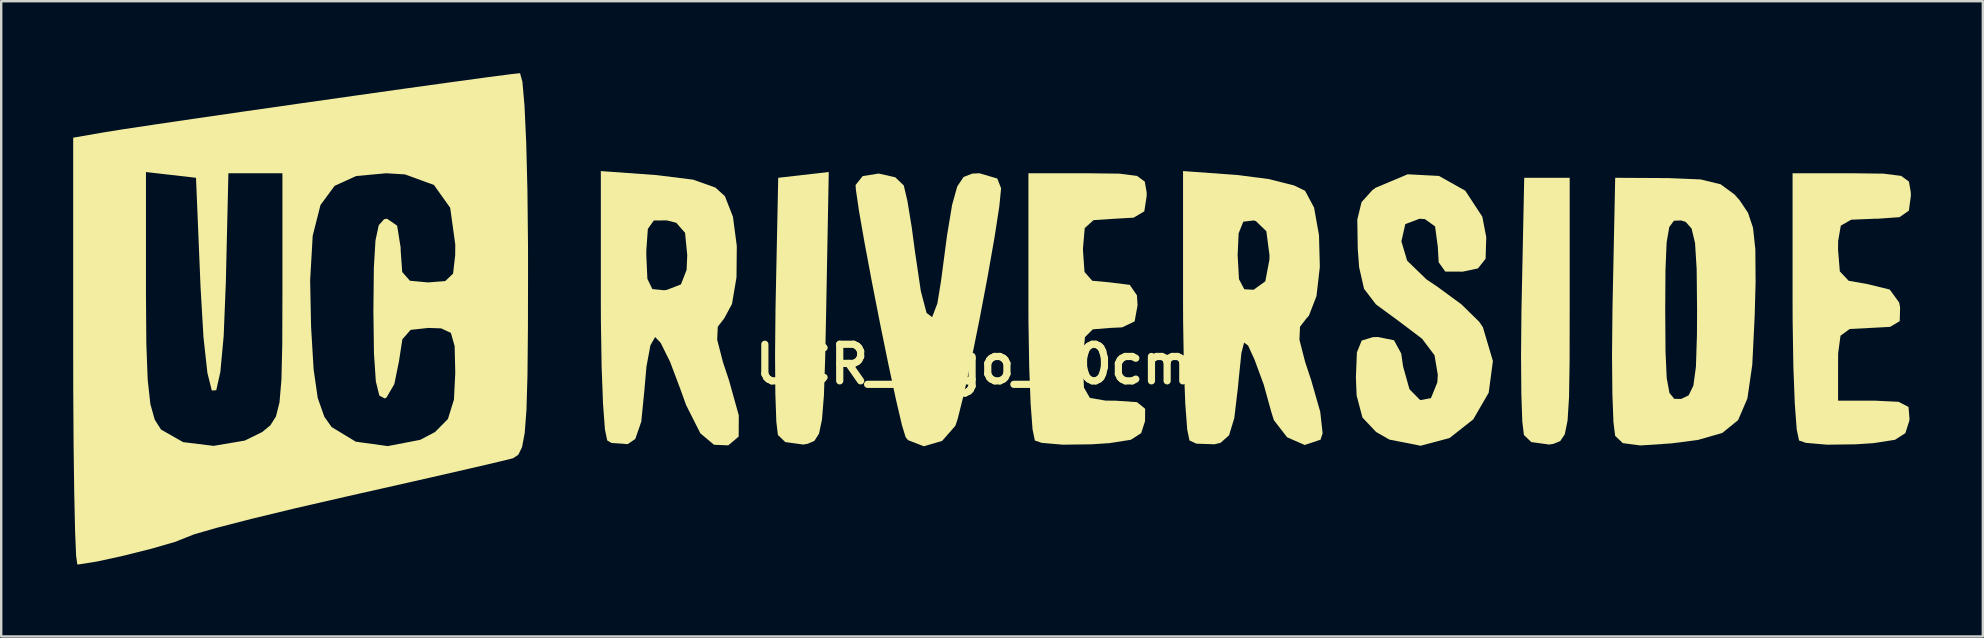
<source format=kicad_pcb>
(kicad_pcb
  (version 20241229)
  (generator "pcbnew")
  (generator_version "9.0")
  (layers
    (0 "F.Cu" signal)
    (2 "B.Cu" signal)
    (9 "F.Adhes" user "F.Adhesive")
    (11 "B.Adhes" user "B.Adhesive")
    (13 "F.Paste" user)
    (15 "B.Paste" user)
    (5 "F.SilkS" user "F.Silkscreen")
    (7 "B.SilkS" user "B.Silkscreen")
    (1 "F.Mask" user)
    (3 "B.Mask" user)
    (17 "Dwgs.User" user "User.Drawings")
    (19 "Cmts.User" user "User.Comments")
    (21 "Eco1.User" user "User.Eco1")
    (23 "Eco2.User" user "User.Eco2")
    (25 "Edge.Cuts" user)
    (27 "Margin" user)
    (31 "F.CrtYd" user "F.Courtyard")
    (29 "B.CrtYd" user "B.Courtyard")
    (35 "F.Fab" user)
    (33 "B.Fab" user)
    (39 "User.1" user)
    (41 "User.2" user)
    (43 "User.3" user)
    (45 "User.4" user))
  (footprint "UCR_logo_10cm"
    (layer "F.Cu")
    (at 37.531 12.131)
    (property "Reference" "UCR_logo_10cm" (at 0 0 0) (layer "F.SilkS") (effects (font (size 1.524 1.524) (thickness 0.3))))
    (attr board_only exclude_from_pos_files exclude_from_bom)
    (fp_poly (pts (xy 24.831 -2.275) (xy 24.827 -0.133) (xy 24.804 1.368) (xy 24.743 2.345) (xy 24.626 2.918) (xy 24.436 3.201) (xy 24.155 3.315) (xy 23.977 3.344) (xy 23.23 3.241) (xy 22.923 2.946) (xy 22.856 2.389) (xy 22.816 1.233) (xy 22.803 -0.366) (xy 22.821 -2.249) (xy 22.83 -2.673) (xy 22.936 -7.772) (xy 24.831 -7.772)) (stroke (width 0) (type solid)) (fill yes) (layer "F.SilkS"))
    (fp_poly (pts (xy -6.15 -2.396) (xy -6.195 -0.227) (xy -6.247 1.3) (xy -6.327 2.302) (xy -6.452 2.893) (xy -6.644 3.191) (xy -6.922 3.312) (xy -7.11 3.344) (xy -7.857 3.241) (xy -8.164 2.946) (xy -8.23 2.389) (xy -8.271 1.233) (xy -8.283 -0.366) (xy -8.265 -2.249) (xy -8.257 -2.673) (xy -8.151 -7.772) (xy -7.098 -7.893) (xy -6.045 -8.014)) (stroke (width 0) (type solid)) (fill yes) (layer "F.SilkS"))
    (fp_poly (pts (xy 0.978 -7.742) (xy 1.137 -7.333) (xy 1.062 -6.578) (xy 0.863 -5.288) (xy 0.576 -3.659) (xy 0.241 -1.89) (xy -0.105 -0.178) (xy -0.423 1.28) (xy -0.676 2.286) (xy -0.767 2.559) (xy -1.319 3.191) (xy -2.086 3.416) (xy -2.745 3.159) (xy -2.843 3.033) (xy -2.992 2.547) (xy -3.241 1.486) (xy -3.555 0.025) (xy -3.901 -1.666) (xy -4.244 -3.413) (xy -4.55 -5.045) (xy -4.785 -6.389) (xy -4.914 -7.272) (xy -4.928 -7.471) (xy -4.631 -7.843) (xy -3.965 -7.949) (xy -3.274 -7.793) (xy -2.919 -7.452) (xy -2.769 -6.816) (xy -2.586 -5.701) (xy -2.453 -4.703) (xy -2.209 -3.055) (xy -1.969 -2.14) (xy -1.737 -1.965) (xy -1.519 -2.536) (xy -1.368 -3.462) (xy -1.117 -5.365) (xy -0.906 -6.64) (xy -0.691 -7.411) (xy -0.427 -7.805) (xy -0.069 -7.946) (xy 0.232 -7.961)) (stroke (width 0) (type solid)) (fill yes) (layer "F.SilkS"))
    (fp_poly (pts (xy 6.063 -7.945) (xy 6.801 -7.851) (xy 7.124 -7.614) (xy 7.202 -7.168) (xy 7.203 -7.013) (xy 7.104 -6.373) (xy 6.658 -6.11) (xy 5.876 -6.066) (xy 4.987 -6.007) (xy 4.622 -5.676) (xy 4.549 -4.84) (xy 4.549 -4.739) (xy 4.613 -3.847) (xy 4.934 -3.482) (xy 5.687 -3.412) (xy 6.499 -3.31) (xy 6.797 -2.876) (xy 6.824 -2.464) (xy 6.701 -1.787) (xy 6.181 -1.539) (xy 5.687 -1.516) (xy 4.957 -1.457) (xy 4.633 -1.132) (xy 4.551 -0.326) (xy 4.549 0) (xy 4.589 0.971) (xy 4.838 1.402) (xy 5.491 1.513) (xy 5.902 1.516) (xy 6.799 1.577) (xy 7.139 1.852) (xy 7.135 2.369) (xy 6.974 2.868) (xy 6.545 3.145) (xy 5.654 3.285) (xy 4.913 3.334) (xy 3.709 3.35) (xy 2.83 3.274) (xy 2.544 3.176) (xy 2.448 2.719) (xy 2.367 1.647) (xy 2.308 0.103) (xy 2.277 -1.77) (xy 2.275 -2.527) (xy 2.275 -7.961) (xy 4.739 -7.961)) (stroke (width 0) (type solid)) (fill yes) (layer "F.SilkS"))
    (fp_poly (pts (xy 37.908 -7.945) (xy 38.646 -7.851) (xy 38.968 -7.614) (xy 39.046 -7.168) (xy 39.048 -7.013) (xy 38.965 -6.403) (xy 38.575 -6.131) (xy 37.663 -6.066) (xy 37.531 -6.066) (xy 36.56 -6.025) (xy 36.129 -5.778) (xy 36.018 -5.136) (xy 36.015 -4.763) (xy 36.088 -3.872) (xy 36.457 -3.481) (xy 37.247 -3.341) (xy 38.168 -3.115) (xy 38.56 -2.575) (xy 38.6 -2.369) (xy 38.584 -1.799) (xy 38.183 -1.56) (xy 37.368 -1.516) (xy 36.502 -1.472) (xy 36.117 -1.193) (xy 36.018 -0.461) (xy 36.015 0) (xy 36.015 1.516) (xy 37.558 1.516) (xy 38.537 1.563) (xy 38.951 1.778) (xy 38.992 2.277) (xy 38.979 2.369) (xy 38.819 2.868) (xy 38.39 3.145) (xy 37.499 3.285) (xy 36.758 3.334) (xy 35.553 3.35) (xy 34.675 3.274) (xy 34.389 3.176) (xy 34.292 2.719) (xy 34.211 1.647) (xy 34.152 0.103) (xy 34.122 -1.77) (xy 34.119 -2.527) (xy 34.119 -7.961) (xy 36.584 -7.961)) (stroke (width 0) (type solid)) (fill yes) (layer "F.SilkS"))
    (fp_poly (pts (xy 28.95 -7.76) (xy 30.287 -7.704) (xy 31.122 -7.501) (xy 31.706 -7.071) (xy 31.92 -6.825) (xy 32.262 -6.314) (xy 32.47 -5.692) (xy 32.568 -4.786) (xy 32.578 -3.424) (xy 32.54 -2.016) (xy 32.44 0.018) (xy 32.237 1.422) (xy 31.849 2.327) (xy 31.19 2.86) (xy 30.177 3.152) (xy 29.07 3.296) (xy 27.77 3.382) (xy 27.045 3.285) (xy 26.728 2.983) (xy 26.723 2.971) (xy 26.654 2.405) (xy 26.61 1.24) (xy 26.595 -0.366) (xy 26.613 -2.253) (xy 26.613 -2.275) (xy 28.812 -2.275) (xy 28.824 -0.532) (xy 28.875 0.582) (xy 28.989 1.196) (xy 29.189 1.439) (xy 29.475 1.444) (xy 29.788 1.293) (xy 29.985 0.891) (xy 30.092 0.095) (xy 30.134 -1.236) (xy 30.139 -2.275) (xy 30.122 -3.97) (xy 30.055 -5.05) (xy 29.911 -5.656) (xy 29.667 -5.931) (xy 29.475 -5.994) (xy 29.174 -5.982) (xy 28.981 -5.72) (xy 28.871 -5.081) (xy 28.822 -3.934) (xy 28.812 -2.275) (xy 26.613 -2.275) (xy 26.621 -2.673) (xy 26.727 -7.772)) (stroke (width 0) (type solid)) (fill yes) (layer "F.SilkS"))
    (fp_poly (pts (xy -13.218 -7.884) (xy -11.698 -7.695) (xy -10.77 -7.365) (xy -10.374 -7.008) (xy -10.038 -6.15) (xy -9.877 -4.928) (xy -9.89 -3.622) (xy -10.077 -2.516) (xy -10.397 -1.919) (xy -10.67 -1.565) (xy -10.694 -1.022) (xy -10.454 -0.089) (xy -10.203 0.663) (xy -9.794 2.129) (xy -9.799 3.013) (xy -10.234 3.378) (xy -10.828 3.353) (xy -11.396 2.877) (xy -11.99 1.698) (xy -12.226 1.043) (xy -12.659 -0.107) (xy -13.052 -0.897) (xy -13.281 -1.137) (xy -13.476 -0.794) (xy -13.642 0.096) (xy -13.724 1.039) (xy -13.857 2.388) (xy -14.107 3.111) (xy -14.424 3.327) (xy -15.099 3.278) (xy -15.277 3.172) (xy -15.372 2.717) (xy -15.452 1.646) (xy -15.51 0.101) (xy -15.54 -1.775) (xy -15.543 -2.573) (xy -15.543 -4.549) (xy -13.648 -4.549) (xy -13.603 -3.559) (xy -13.395 -3.135) (xy -12.91 -3.086) (xy -12.795 -3.101) (xy -12.205 -3.329) (xy -11.969 -3.935) (xy -11.942 -4.549) (xy -12.034 -5.48) (xy -12.402 -5.898) (xy -12.795 -5.997) (xy -13.336 -5.992) (xy -13.583 -5.644) (xy -13.647 -4.761) (xy -13.648 -4.549) (xy -15.543 -4.549) (xy -15.543 -8.052)) (stroke (width 0) (type solid)) (fill yes) (layer "F.SilkS"))
    (fp_poly (pts (xy 10.962 -7.89) (xy 12.282 -7.721) (xy 13.349 -7.452) (xy 13.805 -7.229) (xy 14.179 -6.531) (xy 14.384 -5.38) (xy 14.419 -4.058) (xy 14.28 -2.845) (xy 13.963 -2.023) (xy 13.866 -1.919) (xy 13.593 -1.565) (xy 13.569 -1.022) (xy 13.809 -0.089) (xy 14.059 0.663) (xy 14.436 1.98) (xy 14.535 2.874) (xy 14.448 3.142) (xy 13.789 3.362) (xy 13.056 3.042) (xy 12.504 2.328) (xy 12.394 1.979) (xy 12.083 0.852) (xy 11.699 -0.19) (xy 11.428 -0.783) (xy 11.262 -0.904) (xy 11.15 -0.465) (xy 11.038 0.623) (xy 11.008 0.948) (xy 10.854 2.244) (xy 10.636 2.959) (xy 10.282 3.272) (xy 10.031 3.333) (xy 9.277 3.308) (xy 8.988 3.175) (xy 8.892 2.719) (xy 8.812 1.647) (xy 8.753 0.101) (xy 8.722 -1.775) (xy 8.719 -2.573) (xy 8.719 -4.549) (xy 10.994 -4.549) (xy 11.05 -3.548) (xy 11.27 -3.128) (xy 11.657 -3.105) (xy 12.147 -3.459) (xy 12.318 -4.361) (xy 12.321 -4.549) (xy 12.19 -5.545) (xy 11.752 -5.97) (xy 11.657 -5.994) (xy 11.23 -5.943) (xy 11.035 -5.46) (xy 10.994 -4.549) (xy 8.719 -4.549) (xy 8.719 -8.052)) (stroke (width 0) (type solid)) (fill yes) (layer "F.SilkS"))
    (fp_poly (pts (xy 19.384 -7.849) (xy 20.481 -7.233) (xy 21.19 -6.15) (xy 21.354 -5.299) (xy 21.327 -4.398) (xy 21.01 -3.997) (xy 20.377 -3.861) (xy 19.647 -3.864) (xy 19.371 -4.251) (xy 19.334 -4.903) (xy 19.221 -5.747) (xy 18.795 -6.051) (xy 18.576 -6.066) (xy 17.98 -5.842) (xy 17.818 -5.123) (xy 18.058 -4.317) (xy 18.863 -3.538) (xy 19.318 -3.233) (xy 20.317 -2.5) (xy 21.056 -1.776) (xy 21.214 -1.547) (xy 21.631 -0.137) (xy 21.456 1.184) (xy 20.812 2.295) (xy 19.824 3.073) (xy 18.618 3.394) (xy 17.317 3.137) (xy 16.765 2.822) (xy 16.194 2.217) (xy 15.952 1.299) (xy 15.922 0.547) (xy 15.964 -0.498) (xy 16.163 -0.99) (xy 16.631 -1.132) (xy 16.846 -1.137) (xy 17.51 -1.001) (xy 17.811 -0.448) (xy 17.889 0.092) (xy 18.154 1.039) (xy 18.601 1.493) (xy 19.049 1.411) (xy 19.316 0.751) (xy 19.334 0.432) (xy 19.198 -0.377) (xy 18.68 -1.065) (xy 17.723 -1.788) (xy 16.757 -2.497) (xy 16.262 -3.144) (xy 16.056 -4.047) (xy 15.999 -4.811) (xy 15.98 -6.029) (xy 16.157 -6.757) (xy 16.604 -7.254) (xy 16.746 -7.358) (xy 18.079 -7.918)) (stroke (width 0) (type solid)) (fill yes) (layer "F.SilkS"))
    (fp_poly (pts (xy -18.811 -11.771) (xy -18.723 -10.763) (xy -18.652 -9.219) (xy -18.602 -7.249) (xy -18.578 -4.965) (xy -18.576 -4.196) (xy -18.581 -1.537) (xy -18.6 0.461) (xy -18.642 1.894) (xy -18.715 2.859) (xy -18.826 3.452) (xy -18.983 3.771) (xy -19.195 3.911) (xy -19.24 3.925) (xy -19.818 4.067) (xy -20.999 4.342) (xy -22.644 4.719) (xy -24.614 5.165) (xy -26.158 5.513) (xy -28.252 5.994) (xy -30.094 6.439) (xy -31.554 6.815) (xy -32.5 7.088) (xy -32.793 7.205) (xy -33.297 7.404) (xy -34.272 7.685) (xy -35.444 7.979) (xy -36.54 8.219) (xy -37.286 8.337) (xy -37.36 8.34) (xy -37.409 7.979) (xy -37.452 6.964) (xy -37.487 5.4) (xy -37.514 3.393) (xy -37.529 1.046) (xy -37.531 -0.551) (xy -37.531 -8.012) (xy -34.499 -8.012) (xy -34.499 -2.993) (xy -34.483 -0.859) (xy -34.426 0.649) (xy -34.314 1.661) (xy -34.132 2.309) (xy -33.871 2.719) (xy -32.951 3.243) (xy -31.682 3.399) (xy -30.381 3.179) (xy -29.655 2.822) (xy -29.314 2.542) (xy -29.081 2.173) (xy -28.933 1.582) (xy -28.853 0.634) (xy -28.819 -0.805) (xy -28.812 -2.865) (xy -28.812 -3.497) (xy -27.657 -3.497) (xy -27.618 -1.567) (xy -27.512 0.212) (xy -27.34 1.406) (xy -27.064 2.188) (xy -26.763 2.614) (xy -25.755 3.225) (xy -24.422 3.408) (xy -23.074 3.149) (xy -22.452 2.822) (xy -21.915 2.279) (xy -21.664 1.47) (xy -21.609 0.358) (xy -21.635 -0.757) (xy -21.792 -1.309) (xy -22.196 -1.497) (xy -22.723 -1.516) (xy -23.469 -1.435) (xy -23.814 -1.042) (xy -23.955 -0.124) (xy -24.149 0.827) (xy -24.476 1.386) (xy -24.547 1.424) (xy -24.773 1.305) (xy -24.92 0.706) (xy -24.998 -0.464) (xy -25.021 -2.243) (xy -25.002 -4.019) (xy -24.934 -5.162) (xy -24.798 -5.796) (xy -24.576 -6.046) (xy -24.452 -6.066) (xy -24.032 -5.778) (xy -23.885 -4.86) (xy -23.884 -4.739) (xy -23.82 -3.847) (xy -23.499 -3.482) (xy -22.746 -3.412) (xy -22.028 -3.468) (xy -21.701 -3.778) (xy -21.612 -4.555) (xy -21.609 -4.993) (xy -21.821 -6.522) (xy -22.498 -7.473) (xy -23.704 -7.913) (xy -24.484 -7.961) (xy -25.739 -7.846) (xy -26.638 -7.436) (xy -27.226 -6.637) (xy -27.55 -5.356) (xy -27.657 -3.497) (xy -28.812 -3.497) (xy -28.812 -7.961) (xy -31.063 -7.961) (xy -31.17 -3.411) (xy -31.26 -1.174) (xy -31.399 0.324) (xy -31.57 1.081) (xy -31.755 1.093) (xy -31.938 0.357) (xy -32.102 -1.129) (xy -32.224 -3.222) (xy -32.413 -7.772) (xy -34.499 -8.012) (xy -37.531 -8.012) (xy -37.531 -9.443) (xy -36.299 -9.658) (xy -35.496 -9.787) (xy -34.143 -9.991) (xy -32.372 -10.251) (xy -30.313 -10.55) (xy -28.098 -10.867) (xy -25.859 -11.185) (xy -23.728 -11.486) (xy -21.835 -11.749) (xy -20.312 -11.957) (xy -19.291 -12.09) (xy -18.91 -12.131)) (stroke (width 0) (type solid)) (fill yes) (layer "F.SilkS")))
  (gr_rect
    (start -3 -3)
    (end 79.579 23.472)
    (stroke (width 0.1) (type default))
    (fill no)
    (layer "Edge.Cuts")))
</source>
